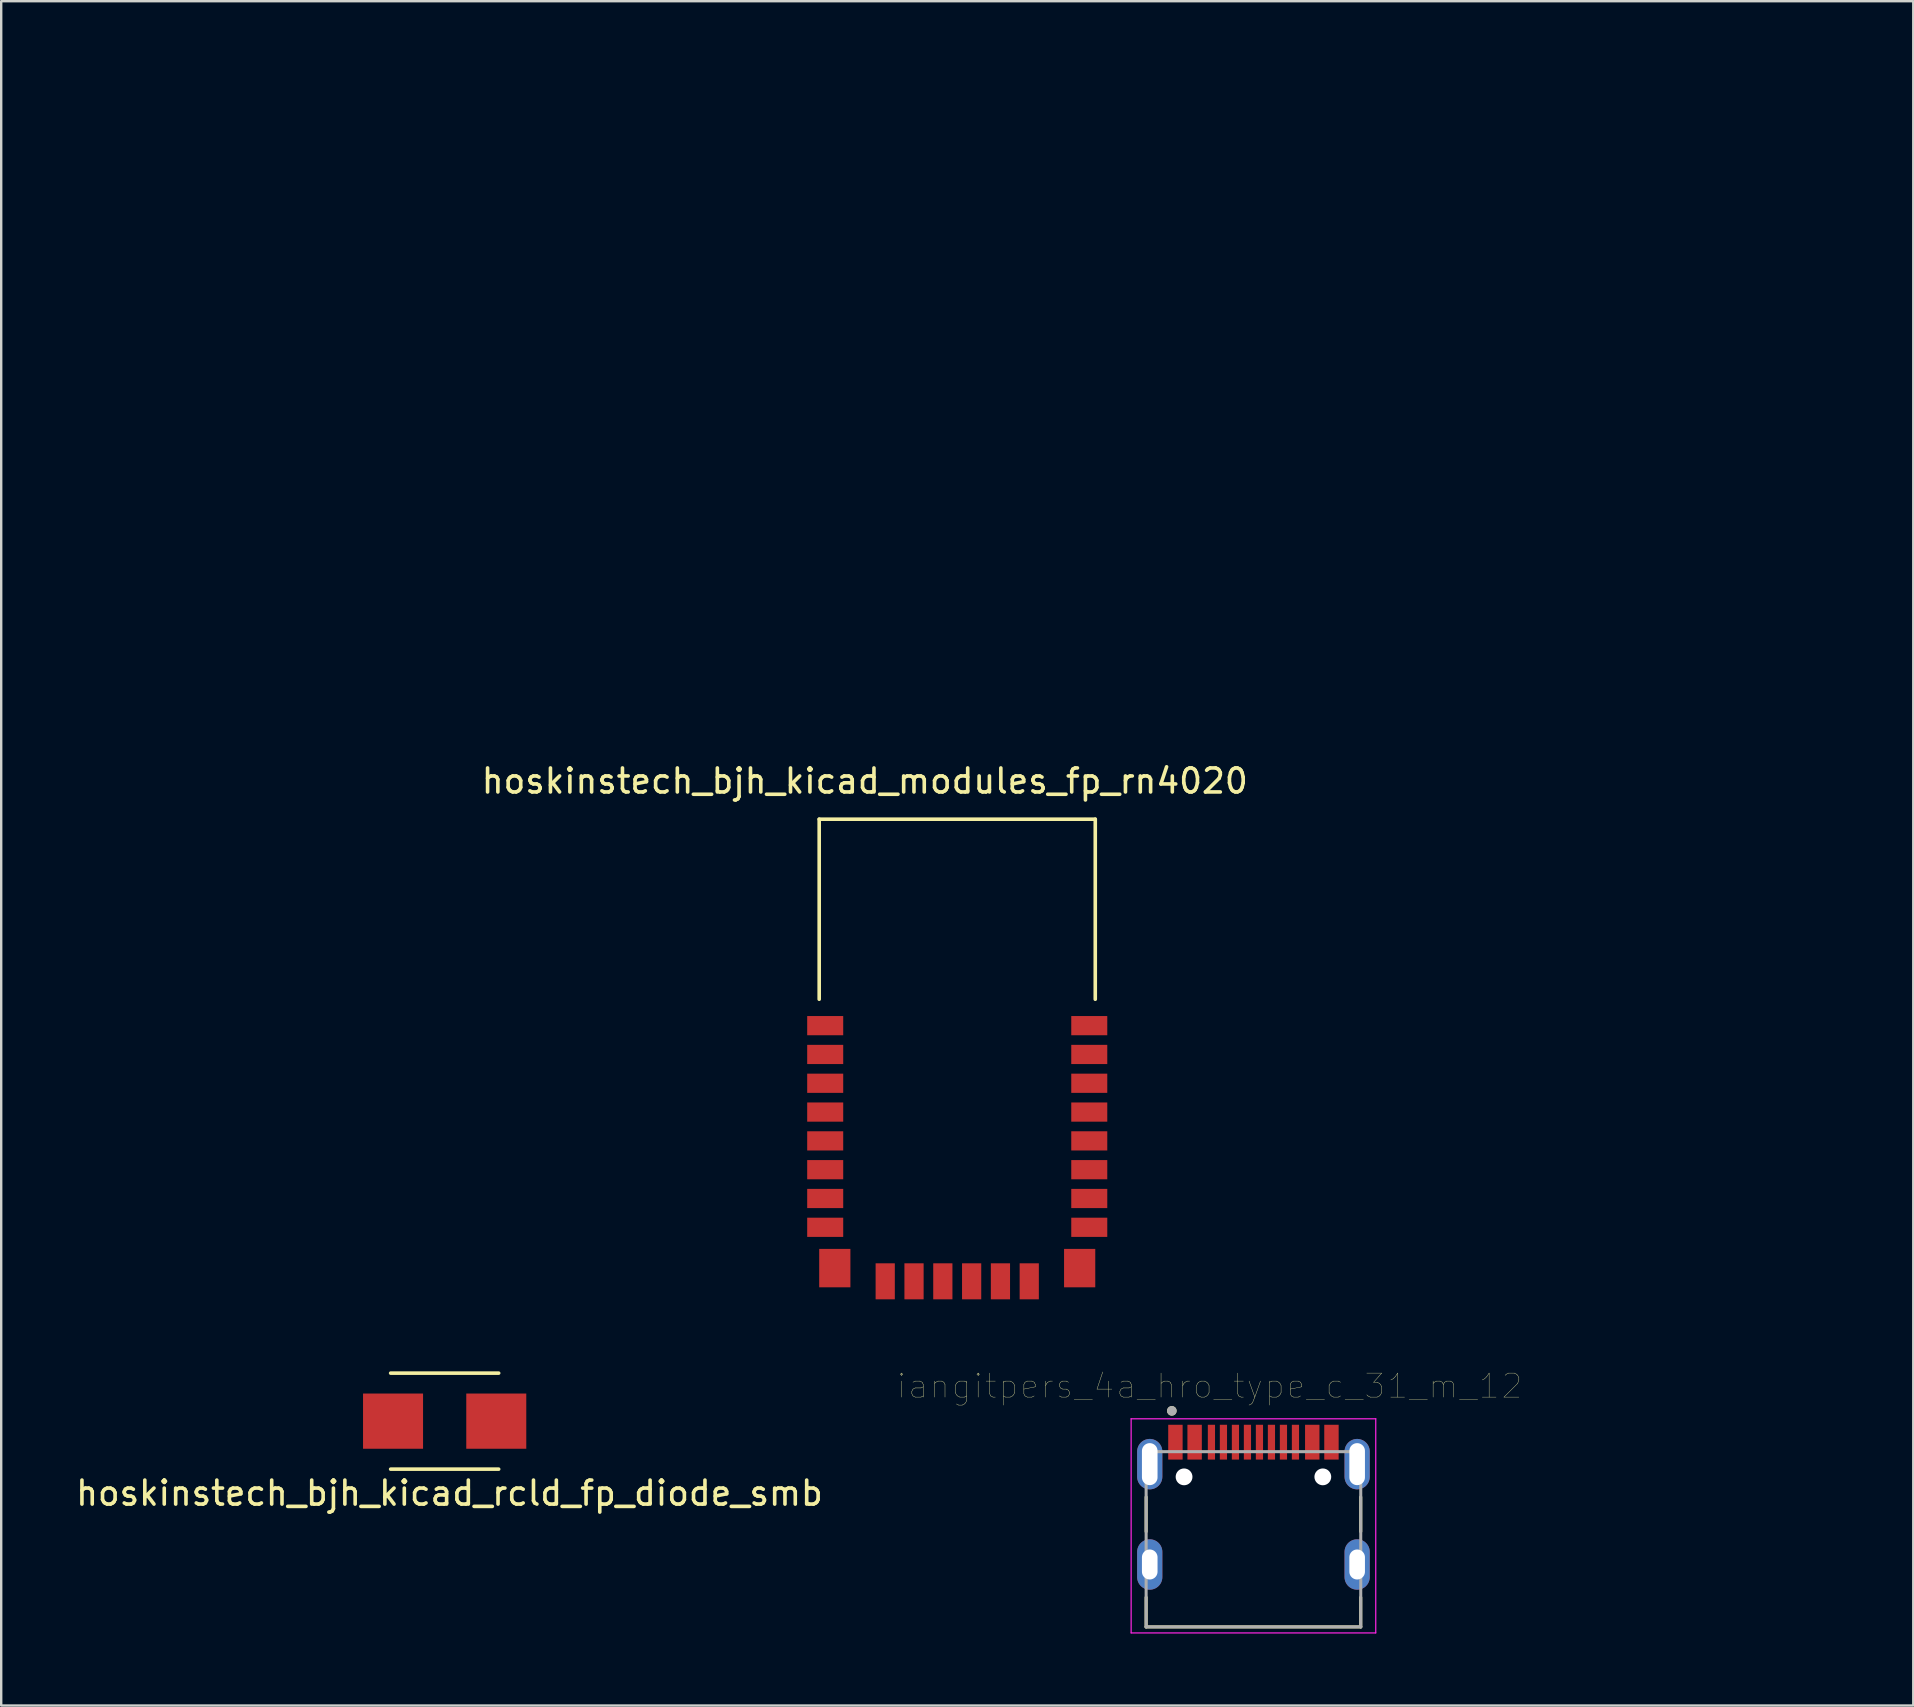
<source format=kicad_pcb>
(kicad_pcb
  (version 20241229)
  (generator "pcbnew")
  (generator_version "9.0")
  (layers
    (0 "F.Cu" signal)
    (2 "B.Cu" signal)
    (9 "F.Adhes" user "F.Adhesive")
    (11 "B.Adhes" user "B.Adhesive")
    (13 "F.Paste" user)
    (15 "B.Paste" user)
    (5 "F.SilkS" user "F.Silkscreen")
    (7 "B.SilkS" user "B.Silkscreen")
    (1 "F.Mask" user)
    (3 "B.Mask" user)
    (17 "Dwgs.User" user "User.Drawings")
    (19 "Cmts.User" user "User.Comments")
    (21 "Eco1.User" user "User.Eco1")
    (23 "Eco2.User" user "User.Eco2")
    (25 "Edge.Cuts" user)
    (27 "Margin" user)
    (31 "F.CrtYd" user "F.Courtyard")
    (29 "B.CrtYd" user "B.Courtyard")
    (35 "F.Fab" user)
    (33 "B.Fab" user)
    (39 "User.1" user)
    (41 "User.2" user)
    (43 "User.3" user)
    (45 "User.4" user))
  (footprint "hoskinstech_bjh_kicad_modules_fp_rn4020"
    (layer "F.Cu")
    (at 31.075 50.575)
    (property "Reference" "hoskinstech_bjh_kicad_modules_fp_rn4020" (at 1.9 -21.09 0) (layer "F.SilkS") (effects (font (size 1 1) (thickness 0.15))))
    (attr through_hole)
    (fp_line (start 0 -19.5) (end 0 -12) (stroke (width 0.15) (type solid)) (layer "F.SilkS"))
    (fp_line (start 0 -19.5) (end 11.5 -19.5) (stroke (width 0.15) (type solid)) (layer "F.SilkS"))
    (fp_line (start 11.5 -19.5) (end 11.5 -12) (stroke (width 0.15) (type solid)) (layer "F.SilkS"))
    (fp_line (start -31 -50.5) (end 42.5 -50.5) (stroke (width 0.15) (type solid)) (layer "Eco2.User"))
    (fp_line (start -31 -14.55) (end -31 -50.5) (stroke (width 0.15) (type solid)) (layer "Eco2.User"))
    (fp_line (start 1.85 -14.55) (end 4.05 -14.55) (stroke (width 0.15) (type solid)) (layer "Eco2.User"))
    (fp_line (start 1.85 -12.95) (end 1.85 -14.55) (stroke (width 0.15) (type solid)) (layer "Eco2.User"))
    (fp_line (start 4.05 -14.55) (end 4.05 -12.95) (stroke (width 0.15) (type solid)) (layer "Eco2.User"))
    (fp_line (start 4.05 -12.95) (end 1.85 -12.95) (stroke (width 0.15) (type solid)) (layer "Eco2.User"))
    (fp_line (start 42.5 -14.55) (end -31 -14.55) (stroke (width 0.15) (type solid)) (layer "Eco2.User"))
    (fp_line (start 42.5 -14.55) (end 42.5 -50.5) (stroke (width 0.15) (type solid)) (layer "Eco2.User"))
    (fp_text user "KEEPOUT AREA" (at 5.9 -35.3 0) (layer "Eco2.User") (effects (font (size 5 5) (thickness 0.15))))
    (pad "1" smd rect (at 0.25 -10.9) (size 1.5 0.8) (layers "F.Cu" "F.Mask" "F.Paste"))
    (pad "2" smd rect (at 0.25 -9.7) (size 1.5 0.8) (layers "F.Cu" "F.Mask" "F.Paste"))
    (pad "3" smd rect (at 0.25 -8.5) (size 1.5 0.8) (layers "F.Cu" "F.Mask" "F.Paste"))
    (pad "4" smd rect (at 0.25 -7.3) (size 1.5 0.8) (layers "F.Cu" "F.Mask" "F.Paste"))
    (pad "5" smd rect (at 0.25 -6.1) (size 1.5 0.8) (layers "F.Cu" "F.Mask" "F.Paste"))
    (pad "6" smd rect (at 0.25 -4.9) (size 1.5 0.8) (layers "F.Cu" "F.Mask" "F.Paste"))
    (pad "7" smd rect (at 0.25 -3.7) (size 1.5 0.8) (layers "F.Cu" "F.Mask" "F.Paste"))
    (pad "8" smd rect (at 0.25 -2.5) (size 1.5 0.8) (layers "F.Cu" "F.Mask" "F.Paste"))
    (pad "9" smd rect (at 0.65 -0.8) (size 1.3 1.6) (layers "F.Cu" "F.Mask" "F.Paste"))
    (pad "10" smd rect (at 2.75 -0.25) (size 0.8 1.5) (layers "F.Cu" "F.Mask" "F.Paste"))
    (pad "11" smd rect (at 3.95 -0.25) (size 0.8 1.5) (layers "F.Cu" "F.Mask" "F.Paste"))
    (pad "12" smd rect (at 5.15 -0.25) (size 0.8 1.5) (layers "F.Cu" "F.Mask" "F.Paste"))
    (pad "13" smd rect (at 6.35 -0.25) (size 0.8 1.5) (layers "F.Cu" "F.Mask" "F.Paste"))
    (pad "14" smd rect (at 7.55 -0.25) (size 0.8 1.5) (layers "F.Cu" "F.Mask" "F.Paste"))
    (pad "15" smd rect (at 8.75 -0.25) (size 0.8 1.5) (layers "F.Cu" "F.Mask" "F.Paste"))
    (pad "16" smd rect (at 10.85 -0.8) (size 1.3 1.6) (layers "F.Cu" "F.Mask" "F.Paste"))
    (pad "17" smd rect (at 11.25 -2.5) (size 1.5 0.8) (layers "F.Cu" "F.Mask" "F.Paste"))
    (pad "18" smd rect (at 11.25 -3.7) (size 1.5 0.8) (layers "F.Cu" "F.Mask" "F.Paste"))
    (pad "19" smd rect (at 11.25 -4.9) (size 1.5 0.8) (layers "F.Cu" "F.Mask" "F.Paste"))
    (pad "20" smd rect (at 11.25 -6.1) (size 1.5 0.8) (layers "F.Cu" "F.Mask" "F.Paste"))
    (pad "21" smd rect (at 11.25 -7.3) (size 1.5 0.8) (layers "F.Cu" "F.Mask" "F.Paste"))
    (pad "22" smd rect (at 11.25 -8.5) (size 1.5 0.8) (layers "F.Cu" "F.Mask" "F.Paste"))
    (pad "23" smd rect (at 11.25 -9.7) (size 1.5 0.8) (layers "F.Cu" "F.Mask" "F.Paste"))
    (pad "24" smd rect (at 11.25 -10.9) (size 1.5 0.8) (layers "F.Cu" "F.Mask" "F.Paste")))
  (footprint "iangitpers_4a_hro_type_c_31_m_12"
    (layer "F.Cu")
    (at 49.164 62.121)
    (property "Reference" "iangitpers_4a_hro_type_c_31_m_12" (at -1.825 -7.435 0) (layer "F.SilkS") (effects (font (size 1 1) (thickness 0.015))))
    (attr through_hole)
    (fp_line (start -4.47 -2.81) (end -4.47 -1.37) (stroke (width 0.127) (type solid)) (layer "F.SilkS"))
    (fp_line (start -4.47 2.6) (end -4.47 1.37) (stroke (width 0.127) (type solid)) (layer "F.SilkS"))
    (fp_line (start 4.47 -2.81) (end 4.47 -1.37) (stroke (width 0.127) (type solid)) (layer "F.SilkS"))
    (fp_line (start 4.47 1.37) (end 4.47 2.6) (stroke (width 0.127) (type solid)) (layer "F.SilkS"))
    (fp_line (start 4.47 2.6) (end -4.47 2.6) (stroke (width 0.127) (type solid)) (layer "F.SilkS"))
    (fp_circle (center -3.4 -6.4) (end -3.3 -6.4) (stroke (width 0.2) (type solid)) (fill no) (layer "F.SilkS"))
    (fp_line (start -5.095 -6.07) (end -5.095 2.85) (stroke (width 0.05) (type solid)) (layer "F.CrtYd"))
    (fp_line (start -5.095 2.85) (end 5.095 2.85) (stroke (width 0.05) (type solid)) (layer "F.CrtYd"))
    (fp_line (start 5.095 -6.07) (end -5.095 -6.07) (stroke (width 0.05) (type solid)) (layer "F.CrtYd"))
    (fp_line (start 5.095 2.85) (end 5.095 -6.07) (stroke (width 0.05) (type solid)) (layer "F.CrtYd"))
    (fp_line (start -4.47 -4.7) (end -4.47 2.6) (stroke (width 0.127) (type solid)) (layer "F.Fab"))
    (fp_line (start -4.47 2.6) (end 4.47 2.6) (stroke (width 0.127) (type solid)) (layer "F.Fab"))
    (fp_line (start 4.47 -4.7) (end -4.47 -4.7) (stroke (width 0.127) (type solid)) (layer "F.Fab"))
    (fp_line (start 4.47 2.6) (end 4.47 -4.7) (stroke (width 0.127) (type solid)) (layer "F.Fab"))
    (fp_circle (center -3.4 -6.4) (end -3.3 -6.4) (stroke (width 0.2) (type solid)) (fill no) (layer "F.Fab"))
    (pad "" np_thru_hole circle (at -2.89 -3.65) (size 0.7 0.7) (drill 0.7) (layers "*.Cu" "*.Mask"))
    (pad "" np_thru_hole circle (at 2.89 -3.65) (size 0.7 0.7) (drill 0.7) (layers "*.Cu" "*.Mask"))
    (pad "A1B12" smd rect (at -3.25 -5.095) (size 0.6 1.45) (layers "F.Cu" "F.Mask" "F.Paste"))
    (pad "A4B9" smd rect (at -2.45 -5.095) (size 0.6 1.45) (layers "F.Cu" "F.Mask" "F.Paste"))
    (pad "A5" smd rect (at -1.25 -5.095) (size 0.3 1.45) (layers "F.Cu" "F.Mask" "F.Paste"))
    (pad "A6" smd rect (at -0.25 -5.095) (size 0.3 1.45) (layers "F.Cu" "F.Mask" "F.Paste"))
    (pad "A7" smd rect (at 0.25 -5.095) (size 0.3 1.45) (layers "F.Cu" "F.Mask" "F.Paste"))
    (pad "A8" smd rect (at 1.25 -5.095) (size 0.3 1.45) (layers "F.Cu" "F.Mask" "F.Paste"))
    (pad "B1A12" smd rect (at 3.25 -5.095) (size 0.6 1.45) (layers "F.Cu" "F.Mask" "F.Paste"))
    (pad "B4A9" smd rect (at 2.45 -5.095) (size 0.6 1.45) (layers "F.Cu" "F.Mask" "F.Paste"))
    (pad "B5" smd rect (at 1.75 -5.095) (size 0.3 1.45) (layers "F.Cu" "F.Mask" "F.Paste"))
    (pad "B6" smd rect (at 0.75 -5.095) (size 0.3 1.45) (layers "F.Cu" "F.Mask" "F.Paste"))
    (pad "B7" smd rect (at -0.75 -5.095) (size 0.3 1.45) (layers "F.Cu" "F.Mask" "F.Paste"))
    (pad "B8" smd rect (at -1.75 -5.095) (size 0.3 1.45) (layers "F.Cu" "F.Mask" "F.Paste"))
    (pad "S1" thru_hole oval (at -4.32 -4.18) (size 1.05 2.1) (drill oval 0.65 1.75) (layers "*.Cu" "*.Mask"))
    (pad "S2" thru_hole oval (at 4.32 -4.18) (size 1.05 2.1) (drill oval 0.65 1.75) (layers "*.Cu" "*.Mask"))
    (pad "S3" thru_hole oval (at -4.32 0) (size 1.05 2.1) (drill oval 0.65 1.25) (layers "*.Cu" "*.Mask"))
    (pad "S4" thru_hole oval (at 4.32 0) (size 1.05 2.1) (drill oval 0.65 1.25) (layers "*.Cu" "*.Mask")))
  (footprint "hoskinstech_bjh_kicad_rcld_fp_diode_smb"
    (layer "F.Cu")
    (at 15.473 56.15)
    (property "Reference" "hoskinstech_bjh_kicad_rcld_fp_diode_smb" (at 0.2 3 0) (layer "F.SilkS") (effects (font (size 1 1) (thickness 0.15))))
    (attr through_hole)
    (fp_line (start -2.25 -2) (end 2.25 -2) (stroke (width 0.15) (type solid)) (layer "F.SilkS"))
    (fp_line (start -2.25 2) (end 2.25 2) (stroke (width 0.15) (type solid)) (layer "F.SilkS"))
    (fp_line (start -2.55 -1.1) (end -2.55 1.1) (stroke (width 0.05) (type solid)) (layer "Eco2.User"))
    (fp_line (start -2.55 -1.1) (end -2.25 -1.1) (stroke (width 0.05) (type solid)) (layer "Eco2.User"))
    (fp_line (start -2.55 1.1) (end -2.25 1.1) (stroke (width 0.05) (type solid)) (layer "Eco2.User"))
    (fp_line (start -2.25 -2) (end -2.25 2) (stroke (width 0.05) (type solid)) (layer "Eco2.User"))
    (fp_line (start -2.25 -2) (end 2.25 -2) (stroke (width 0.05) (type solid)) (layer "Eco2.User"))
    (fp_line (start -2.25 2) (end 2.25 2) (stroke (width 0.05) (type solid)) (layer "Eco2.User"))
    (fp_line (start -1.5 -1.8) (end -1.5 1.8) (stroke (width 0.4) (type solid)) (layer "Eco2.User"))
    (fp_line (start 2.25 -2) (end 2.25 2) (stroke (width 0.05) (type solid)) (layer "Eco2.User"))
    (fp_line (start 2.55 -1.1) (end 2.25 -1.1) (stroke (width 0.05) (type solid)) (layer "Eco2.User"))
    (fp_line (start 2.55 -1.1) (end 2.55 1.1) (stroke (width 0.05) (type solid)) (layer "Eco2.User"))
    (fp_line (start 2.55 1.1) (end 2.25 1.1) (stroke (width 0.05) (type solid)) (layer "Eco2.User"))
    (pad "A" smd rect (at 2.15 0) (size 2.5 2.3) (layers "F.Cu" "F.Mask" "F.Paste"))
    (pad "K" smd rect (at -2.15 0) (size 2.5 2.3) (layers "F.Cu" "F.Mask" "F.Paste")))
  (gr_rect
    (start -3 -3)
    (end 76.65 67.996)
    (stroke (width 0.1) (type default))
    (fill no)
    (layer "Edge.Cuts")))
</source>
